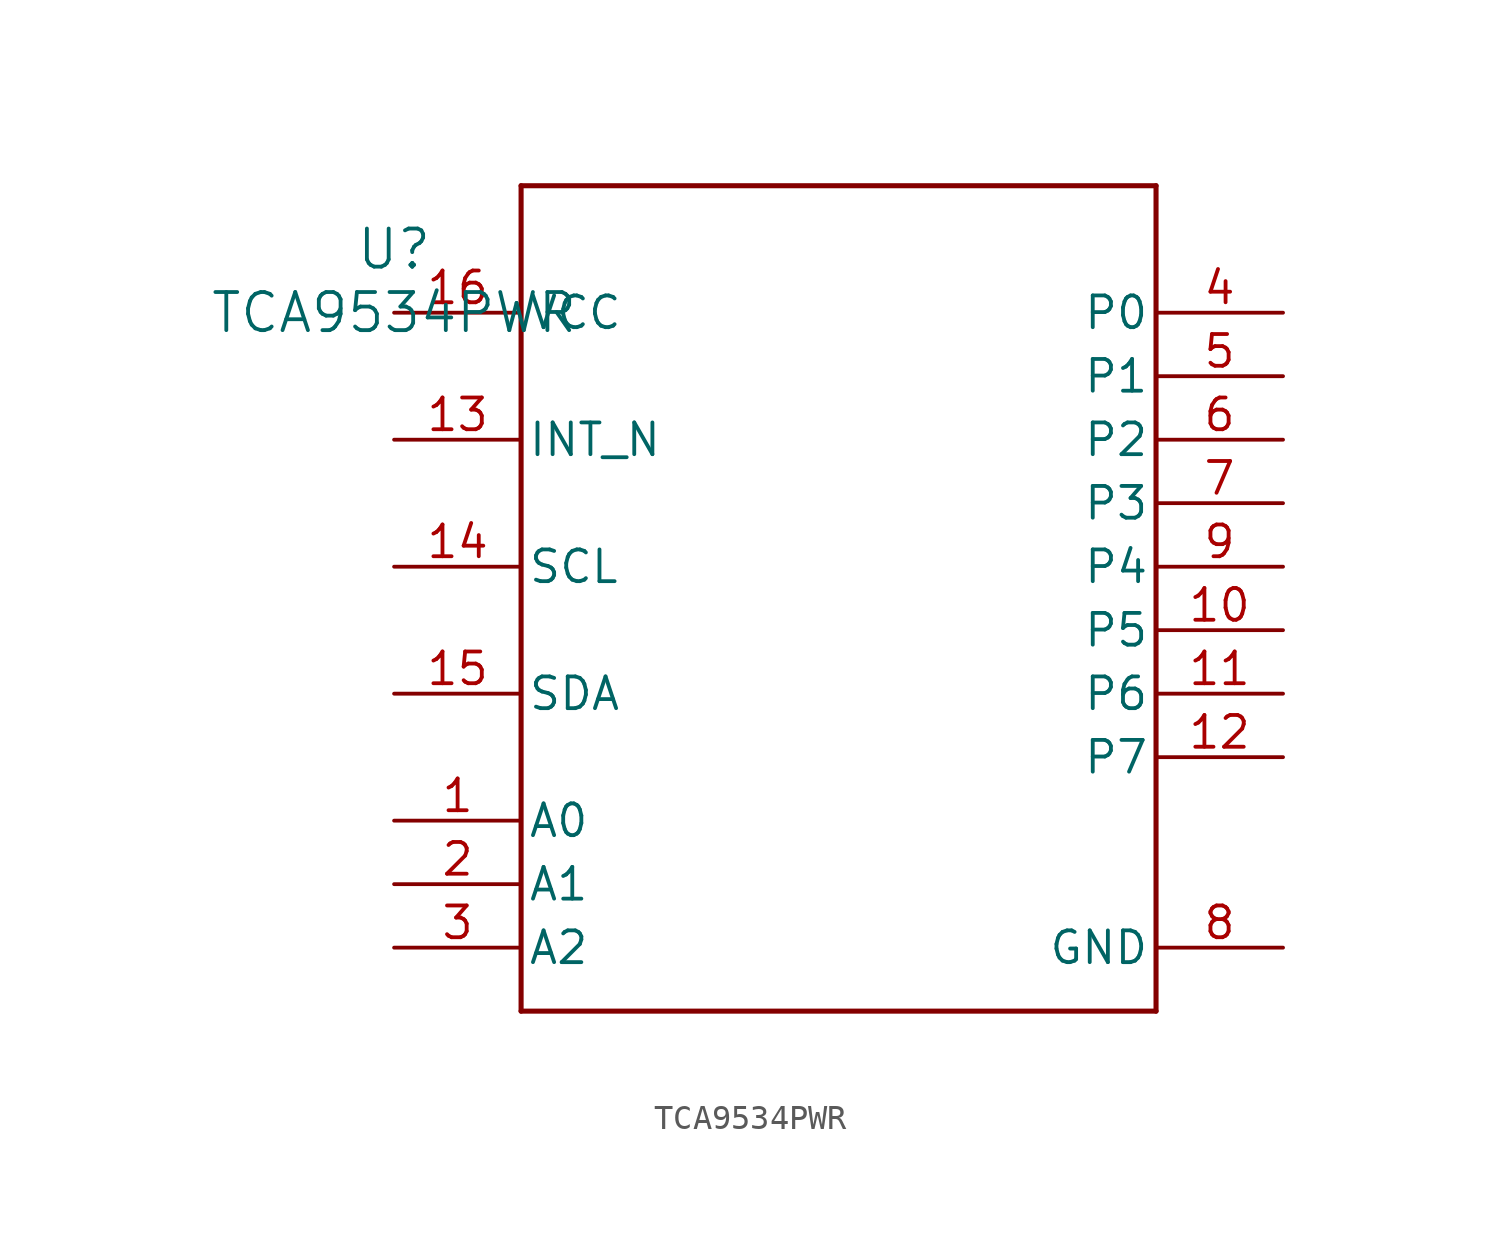
<source format=kicad_sym>
(kicad_symbol_lib
  (version 20211014)
  (generator kicad_symbol_editor)
  (symbol "TCA9534PWR"
    (pin_names
      (offset 0.254))
    (property "Reference" "U"
      (at 0 2.54 0)
      (effects (font (size 1.524 1.524))))
    (property "Value" "TCA9534PWR"
      (at 0 0 0)
      (effects (font (size 1.524 1.524))))
    (symbol "TCA9534PWR_0_1"
      (polyline (pts (xy 5.08 -27.94) (xy 30.48 -27.94)) (stroke (width 0.203) (type default) (color 0 0 0 0)) (fill (type none)))
      (polyline (pts (xy 30.48 -27.94) (xy 30.48 5.08)) (stroke (width 0.203) (type default) (color 0 0 0 0)) (fill (type none)))
      (polyline (pts (xy 30.48 5.08) (xy 5.08 5.08)) (stroke (width 0.203) (type default) (color 0 0 0 0)) (fill (type none)))
      (polyline (pts (xy 5.08 5.08) (xy 5.08 -27.94)) (stroke (width 0.203) (type default) (color 0 0 0 0)) (fill (type none)))
      (pin input line (at 0 -20.32 0) (length 5.08) (name "A0" (effects (font (size 1.27 1.27)))) (number "1" (effects (font (size 1.27 1.27)))))
      (pin input line (at 0 -22.86 0) (length 5.08) (name "A1" (effects (font (size 1.27 1.27)))) (number "2" (effects (font (size 1.27 1.27)))))
      (pin input line (at 0 -25.4 0) (length 5.08) (name "A2" (effects (font (size 1.27 1.27)))) (number "3" (effects (font (size 1.27 1.27)))))
      (pin bidirectional line (at 35.56 0 180) (length 5.08) (name "P0" (effects (font (size 1.27 1.27)))) (number "4" (effects (font (size 1.27 1.27)))))
      (pin bidirectional line (at 35.56 -2.54 180) (length 5.08) (name "P1" (effects (font (size 1.27 1.27)))) (number "5" (effects (font (size 1.27 1.27)))))
      (pin bidirectional line (at 35.56 -5.08 180) (length 5.08) (name "P2" (effects (font (size 1.27 1.27)))) (number "6" (effects (font (size 1.27 1.27)))))
      (pin bidirectional line (at 35.56 -7.62 180) (length 5.08) (name "P3" (effects (font (size 1.27 1.27)))) (number "7" (effects (font (size 1.27 1.27)))))
      (pin power_in line (at 35.56 -25.4 180) (length 5.08) (name "GND" (effects (font (size 1.27 1.27)))) (number "8" (effects (font (size 1.27 1.27)))))
      (pin bidirectional line (at 35.56 -10.16 180) (length 5.08) (name "P4" (effects (font (size 1.27 1.27)))) (number "9" (effects (font (size 1.27 1.27)))))
      (pin bidirectional line (at 35.56 -12.7 180) (length 5.08) (name "P5" (effects (font (size 1.27 1.27)))) (number "10" (effects (font (size 1.27 1.27)))))
      (pin bidirectional line (at 35.56 -15.24 180) (length 5.08) (name "P6" (effects (font (size 1.27 1.27)))) (number "11" (effects (font (size 1.27 1.27)))))
      (pin bidirectional line (at 35.56 -17.78 180) (length 5.08) (name "P7" (effects (font (size 1.27 1.27)))) (number "12" (effects (font (size 1.27 1.27)))))
      (pin open_collector line (at 0 -5.08 0) (length 5.08) (name "INT_N" (effects (font (size 1.27 1.27)))) (number "13" (effects (font (size 1.27 1.27)))))
      (pin input line (at 0 -10.16 0) (length 5.08) (name "SCL" (effects (font (size 1.27 1.27)))) (number "14" (effects (font (size 1.27 1.27)))))
      (pin bidirectional line (at 0 -15.24 0) (length 5.08) (name "SDA" (effects (font (size 1.27 1.27)))) (number "15" (effects (font (size 1.27 1.27)))))
      (pin power_in line (at 0 0 0) (length 5.08) (name "VCC" (effects (font (size 1.27 1.27)))) (number "16" (effects (font (size 1.27 1.27))))))))
</source>
